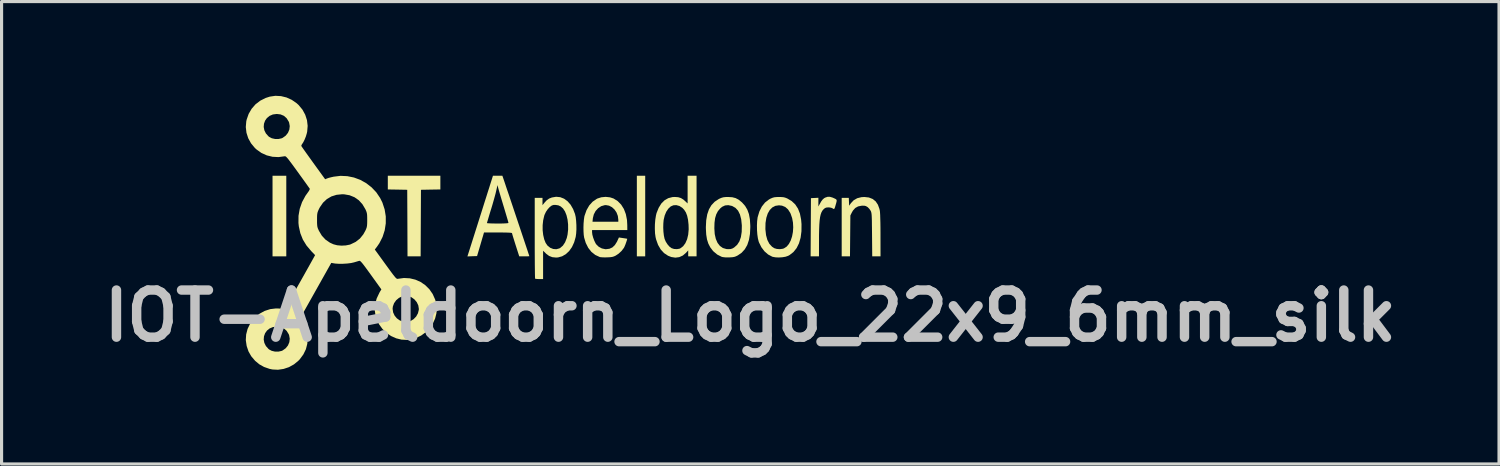
<source format=kicad_pcb>
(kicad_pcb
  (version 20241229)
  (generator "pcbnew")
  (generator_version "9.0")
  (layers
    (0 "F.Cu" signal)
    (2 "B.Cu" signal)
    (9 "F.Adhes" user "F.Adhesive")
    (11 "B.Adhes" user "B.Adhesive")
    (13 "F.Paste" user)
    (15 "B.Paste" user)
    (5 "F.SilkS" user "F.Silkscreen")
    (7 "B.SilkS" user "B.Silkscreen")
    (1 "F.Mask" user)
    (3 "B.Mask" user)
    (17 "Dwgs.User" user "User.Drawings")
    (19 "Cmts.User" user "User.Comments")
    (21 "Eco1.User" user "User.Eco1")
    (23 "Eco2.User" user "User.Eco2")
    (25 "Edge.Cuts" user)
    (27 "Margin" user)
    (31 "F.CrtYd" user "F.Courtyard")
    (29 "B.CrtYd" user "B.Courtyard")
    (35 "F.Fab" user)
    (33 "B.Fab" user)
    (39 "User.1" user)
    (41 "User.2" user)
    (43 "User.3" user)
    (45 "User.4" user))
  (footprint "IOT-Apeldoorn_Logo_22x9_6mm_silk"
    (layer "F.Cu")
    (at 14.486 4.465)
    (property "Reference" "IOT-Apeldoorn_Logo_22x9_6mm_silk" (at 6.35 2.54 0) (layer "Dwgs.User") (effects (font (size 1.5 1.5) (thickness 0.3))))
    (attr board_only exclude_from_pos_files exclude_from_bom)
    (fp_poly (pts (xy -8.422 -0.637) (xy -8.422 0.646) (xy -8.641 0.646) (xy -8.86 0.646) (xy -8.86 -0.637) (xy -8.86 -1.92) (xy -8.641 -1.92) (xy -8.422 -1.92)) (stroke (width 0) (type solid)) (fill yes) (layer "F.SilkS"))
    (fp_poly (pts (xy 3.004 -0.637) (xy 3.004 0.646) (xy 2.871 0.646) (xy 2.738 0.646) (xy 2.738 -0.637) (xy 2.738 -1.92) (xy 2.871 -1.92) (xy 3.004 -1.92)) (stroke (width 0) (type solid)) (fill yes) (layer "F.SilkS"))
    (fp_poly (pts (xy -3.517 -1.702) (xy -3.517 -1.484) (xy -3.826 -1.479) (xy -4.135 -1.473) (xy -4.14 -0.414) (xy -4.145 0.646) (xy -4.354 0.646) (xy -4.563 0.646) (xy -4.567 -0.414) (xy -4.572 -1.473) (xy -4.881 -1.479) (xy -5.19 -1.484) (xy -5.19 -1.702) (xy -5.19 -1.92) (xy -4.354 -1.92) (xy -3.517 -1.92)) (stroke (width 0) (type solid)) (fill yes) (layer "F.SilkS"))
    (fp_poly (pts (xy 8.969 -1.225) (xy 9.009 -1.207) (xy 9.055 -1.186) (xy 9.084 -1.168) (xy 9.098 -1.145) (xy 9.098 -1.111) (xy 9.086 -1.057) (xy 9.062 -0.975) (xy 9.057 -0.955) (xy 9.037 -0.894) (xy 9.021 -0.865) (xy 9.001 -0.862) (xy 8.97 -0.881) (xy 8.965 -0.885) (xy 8.923 -0.902) (xy 8.861 -0.912) (xy 8.835 -0.913) (xy 8.772 -0.908) (xy 8.727 -0.891) (xy 8.682 -0.852) (xy 8.679 -0.85) (xy 8.643 -0.807) (xy 8.614 -0.754) (xy 8.59 -0.687) (xy 8.571 -0.602) (xy 8.557 -0.497) (xy 8.547 -0.367) (xy 8.541 -0.209) (xy 8.537 -0.019) (xy 8.537 0.138) (xy 8.536 0.646) (xy 8.403 0.646) (xy 8.27 0.646) (xy 8.275 -0.28) (xy 8.28 -1.207) (xy 8.399 -1.213) (xy 8.517 -1.219) (xy 8.517 -1.08) (xy 8.517 -0.942) (xy 8.558 -1.017) (xy 8.608 -1.105) (xy 8.654 -1.165) (xy 8.7 -1.205) (xy 8.734 -1.224) (xy 8.809 -1.249) (xy 8.883 -1.25)) (stroke (width 0) (type solid)) (fill yes) (layer "F.SilkS"))
    (fp_poly (pts (xy 10.124 -1.228) (xy 10.244 -1.181) (xy 10.34 -1.105) (xy 10.412 -0.998) (xy 10.461 -0.863) (xy 10.475 -0.796) (xy 10.479 -0.748) (xy 10.484 -0.668) (xy 10.487 -0.56) (xy 10.491 -0.431) (xy 10.493 -0.285) (xy 10.494 -0.129) (xy 10.494 -0.014) (xy 10.495 0.646) (xy 10.363 0.646) (xy 10.231 0.646) (xy 10.225 -0.043) (xy 10.223 -0.224) (xy 10.221 -0.37) (xy 10.22 -0.487) (xy 10.217 -0.578) (xy 10.214 -0.648) (xy 10.21 -0.699) (xy 10.204 -0.738) (xy 10.197 -0.766) (xy 10.189 -0.789) (xy 10.179 -0.808) (xy 10.138 -0.868) (xy 10.087 -0.92) (xy 10.075 -0.928) (xy 10.03 -0.954) (xy 9.985 -0.966) (xy 9.923 -0.967) (xy 9.892 -0.966) (xy 9.781 -0.944) (xy 9.691 -0.894) (xy 9.617 -0.811) (xy 9.582 -0.75) (xy 9.535 -0.656) (xy 9.529 -0.005) (xy 9.523 0.646) (xy 9.391 0.646) (xy 9.259 0.646) (xy 9.259 -0.285) (xy 9.259 -1.217) (xy 9.372 -1.217) (xy 9.485 -1.217) (xy 9.491 -1.091) (xy 9.496 -0.966) (xy 9.556 -1.051) (xy 9.643 -1.142) (xy 9.754 -1.205) (xy 9.886 -1.238) (xy 9.981 -1.244)) (stroke (width 0) (type solid)) (fill yes) (layer "F.SilkS"))
    (fp_poly (pts (xy 4.639 -0.637) (xy 4.639 0.646) (xy 4.506 0.646) (xy 4.373 0.646) (xy 4.373 0.551) (xy 4.373 0.456) (xy 4.301 0.535) (xy 4.201 0.62) (xy 4.088 0.671) (xy 3.964 0.687) (xy 3.834 0.667) (xy 3.73 0.626) (xy 3.604 0.542) (xy 3.498 0.427) (xy 3.413 0.281) (xy 3.351 0.107) (xy 3.334 0.036) (xy 3.317 -0.083) (xy 3.311 -0.224) (xy 3.311 -0.27) (xy 3.578 -0.27) (xy 3.584 -0.138) (xy 3.598 -0.017) (xy 3.619 0.081) (xy 3.62 0.087) (xy 3.66 0.181) (xy 3.717 0.269) (xy 3.782 0.342) (xy 3.844 0.386) (xy 3.923 0.411) (xy 4.013 0.416) (xy 4.094 0.403) (xy 4.122 0.391) (xy 4.211 0.324) (xy 4.283 0.226) (xy 4.338 0.101) (xy 4.373 -0.047) (xy 4.388 -0.214) (xy 4.384 -0.361) (xy 4.367 -0.52) (xy 4.339 -0.648) (xy 4.299 -0.752) (xy 4.244 -0.837) (xy 4.186 -0.898) (xy 4.095 -0.957) (xy 3.994 -0.985) (xy 3.901 -0.98) (xy 3.816 -0.943) (xy 3.74 -0.872) (xy 3.674 -0.774) (xy 3.624 -0.653) (xy 3.591 -0.513) (xy 3.581 -0.4) (xy 3.578 -0.27) (xy 3.311 -0.27) (xy 3.313 -0.375) (xy 3.325 -0.522) (xy 3.346 -0.654) (xy 3.365 -0.732) (xy 3.433 -0.9) (xy 3.517 -1.036) (xy 3.619 -1.138) (xy 3.737 -1.206) (xy 3.871 -1.241) (xy 3.945 -1.245) (xy 4.053 -1.237) (xy 4.141 -1.21) (xy 4.223 -1.159) (xy 4.282 -1.106) (xy 4.354 -1.038) (xy 4.354 -1.479) (xy 4.354 -1.92) (xy 4.496 -1.92) (xy 4.639 -1.92)) (stroke (width 0) (type solid)) (fill yes) (layer "F.SilkS"))
    (fp_poly (pts (xy 7.353 -1.242) (xy 7.421 -1.234) (xy 7.481 -1.216) (xy 7.53 -1.195) (xy 7.668 -1.113) (xy 7.781 -1.006) (xy 7.868 -0.873) (xy 7.93 -0.713) (xy 7.967 -0.525) (xy 7.98 -0.38) (xy 7.978 -0.152) (xy 7.951 0.053) (xy 7.899 0.232) (xy 7.823 0.384) (xy 7.723 0.509) (xy 7.601 0.604) (xy 7.553 0.63) (xy 7.471 0.658) (xy 7.368 0.675) (xy 7.255 0.682) (xy 7.148 0.677) (xy 7.06 0.66) (xy 7.047 0.656) (xy 6.917 0.587) (xy 6.801 0.486) (xy 6.703 0.357) (xy 6.628 0.206) (xy 6.615 0.17) (xy 6.591 0.072) (xy 6.573 -0.053) (xy 6.563 -0.192) (xy 6.563 -0.233) (xy 6.83 -0.233) (xy 6.831 -0.209) (xy 6.851 -0.028) (xy 6.893 0.125) (xy 6.957 0.248) (xy 7.042 0.34) (xy 7.115 0.387) (xy 7.194 0.41) (xy 7.289 0.417) (xy 7.38 0.405) (xy 7.421 0.392) (xy 7.506 0.337) (xy 7.578 0.252) (xy 7.636 0.142) (xy 7.679 0.013) (xy 7.706 -0.129) (xy 7.716 -0.277) (xy 7.708 -0.428) (xy 7.681 -0.573) (xy 7.634 -0.709) (xy 7.619 -0.741) (xy 7.548 -0.851) (xy 7.462 -0.926) (xy 7.36 -0.968) (xy 7.261 -0.979) (xy 7.148 -0.962) (xy 7.05 -0.911) (xy 6.969 -0.829) (xy 6.905 -0.719) (xy 6.86 -0.581) (xy 6.834 -0.418) (xy 6.83 -0.233) (xy 6.563 -0.233) (xy 6.561 -0.335) (xy 6.567 -0.47) (xy 6.581 -0.587) (xy 6.585 -0.605) (xy 6.639 -0.785) (xy 6.717 -0.94) (xy 6.817 -1.066) (xy 6.94 -1.162) (xy 6.994 -1.192) (xy 7.057 -1.219) (xy 7.115 -1.235) (xy 7.182 -1.242) (xy 7.263 -1.244)) (stroke (width 0) (type solid)) (fill yes) (layer "F.SilkS"))
    (fp_poly (pts (xy 5.775 -1.236) (xy 5.881 -1.209) (xy 5.977 -1.159) (xy 6.075 -1.08) (xy 6.09 -1.066) (xy 6.184 -0.96) (xy 6.255 -0.84) (xy 6.306 -0.7) (xy 6.336 -0.536) (xy 6.349 -0.343) (xy 6.35 -0.289) (xy 6.339 -0.068) (xy 6.307 0.122) (xy 6.253 0.285) (xy 6.175 0.42) (xy 6.074 0.531) (xy 5.948 0.618) (xy 5.947 0.618) (xy 5.89 0.646) (xy 5.837 0.664) (xy 5.773 0.674) (xy 5.687 0.679) (xy 5.675 0.679) (xy 5.558 0.679) (xy 5.47 0.669) (xy 5.435 0.659) (xy 5.297 0.589) (xy 5.176 0.488) (xy 5.154 0.463) (xy 5.073 0.356) (xy 5.013 0.239) (xy 4.971 0.106) (xy 4.946 -0.049) (xy 4.936 -0.233) (xy 4.936 -0.248) (xy 5.205 -0.248) (xy 5.205 -0.247) (xy 5.217 -0.064) (xy 5.252 0.091) (xy 5.307 0.217) (xy 5.382 0.314) (xy 5.476 0.38) (xy 5.588 0.413) (xy 5.648 0.417) (xy 5.724 0.413) (xy 5.782 0.395) (xy 5.835 0.364) (xy 5.93 0.28) (xy 6.002 0.17) (xy 6.05 0.033) (xy 6.076 -0.133) (xy 6.08 -0.328) (xy 6.079 -0.349) (xy 6.06 -0.534) (xy 6.02 -0.687) (xy 5.96 -0.808) (xy 5.878 -0.897) (xy 5.776 -0.955) (xy 5.766 -0.959) (xy 5.649 -0.984) (xy 5.546 -0.975) (xy 5.452 -0.931) (xy 5.391 -0.879) (xy 5.318 -0.792) (xy 5.265 -0.69) (xy 5.229 -0.569) (xy 5.21 -0.424) (xy 5.205 -0.248) (xy 4.936 -0.248) (xy 4.935 -0.285) (xy 4.946 -0.503) (xy 4.979 -0.692) (xy 5.034 -0.852) (xy 5.113 -0.985) (xy 5.216 -1.093) (xy 5.344 -1.178) (xy 5.378 -1.195) (xy 5.442 -1.221) (xy 5.502 -1.236) (xy 5.574 -1.243) (xy 5.647 -1.244)) (stroke (width 0) (type solid)) (fill yes) (layer "F.SilkS"))
    (fp_poly (pts (xy 0.298 -1.238) (xy 0.42 -1.19) (xy 0.53 -1.11) (xy 0.628 -0.999) (xy 0.709 -0.859) (xy 0.769 -0.703) (xy 0.791 -0.607) (xy 0.805 -0.484) (xy 0.813 -0.348) (xy 0.814 -0.209) (xy 0.806 -0.079) (xy 0.791 0.029) (xy 0.742 0.2) (xy 0.672 0.351) (xy 0.583 0.477) (xy 0.477 0.576) (xy 0.359 0.644) (xy 0.23 0.68) (xy 0.166 0.684) (xy 0.047 0.672) (xy -0.055 0.633) (xy -0.15 0.562) (xy -0.166 0.546) (xy -0.247 0.467) (xy -0.247 0.918) (xy -0.247 1.369) (xy -0.368 1.369) (xy -0.432 1.367) (xy -0.481 1.362) (xy -0.501 1.356) (xy -0.503 1.336) (xy -0.505 1.28) (xy -0.507 1.193) (xy -0.508 1.077) (xy -0.51 0.935) (xy -0.511 0.772) (xy -0.512 0.589) (xy -0.513 0.39) (xy -0.513 0.178) (xy -0.513 0.063) (xy -0.513 -0.346) (xy -0.261 -0.346) (xy -0.261 -0.188) (xy -0.244 -0.036) (xy -0.212 0.102) (xy -0.166 0.218) (xy -0.108 0.302) (xy -0.022 0.372) (xy 0.074 0.411) (xy 0.174 0.419) (xy 0.27 0.393) (xy 0.297 0.379) (xy 0.384 0.304) (xy 0.454 0.197) (xy 0.507 0.062) (xy 0.532 -0.046) (xy 0.55 -0.207) (xy 0.549 -0.369) (xy 0.532 -0.524) (xy 0.498 -0.665) (xy 0.45 -0.784) (xy 0.389 -0.876) (xy 0.384 -0.881) (xy 0.315 -0.942) (xy 0.242 -0.977) (xy 0.154 -0.991) (xy 0.087 -0.991) (xy 0.029 -0.972) (xy -0.035 -0.924) (xy -0.098 -0.856) (xy -0.155 -0.773) (xy -0.198 -0.683) (xy -0.209 -0.653) (xy -0.244 -0.503) (xy -0.261 -0.346) (xy -0.513 -0.346) (xy -0.513 -1.217) (xy -0.39 -1.217) (xy -0.266 -1.217) (xy -0.266 -1.1) (xy -0.266 -0.983) (xy -0.21 -1.054) (xy -0.134 -1.137) (xy -0.056 -1.193) (xy 0.033 -1.228) (xy 0.168 -1.251)) (stroke (width 0) (type solid)) (fill yes) (layer "F.SilkS"))
    (fp_poly (pts (xy 1.883 -1.233) (xy 1.996 -1.196) (xy 2.128 -1.113) (xy 2.238 -1.001) (xy 2.325 -0.862) (xy 2.387 -0.699) (xy 2.424 -0.513) (xy 2.433 -0.347) (xy 2.434 -0.19) (xy 1.873 -0.19) (xy 1.312 -0.19) (xy 1.312 -0.126) (xy 1.321 -0.046) (xy 1.347 0.05) (xy 1.383 0.147) (xy 1.424 0.231) (xy 1.443 0.261) (xy 1.523 0.34) (xy 1.624 0.394) (xy 1.736 0.418) (xy 1.756 0.418) (xy 1.867 0.404) (xy 1.96 0.361) (xy 2.038 0.287) (xy 2.106 0.178) (xy 2.118 0.151) (xy 2.167 0.045) (xy 2.295 0.064) (xy 2.361 0.074) (xy 2.409 0.082) (xy 2.43 0.086) (xy 2.43 0.086) (xy 2.428 0.106) (xy 2.415 0.15) (xy 2.395 0.209) (xy 2.372 0.273) (xy 2.348 0.33) (xy 2.328 0.372) (xy 2.325 0.377) (xy 2.25 0.475) (xy 2.154 0.563) (xy 2.063 0.623) (xy 2.009 0.648) (xy 1.954 0.664) (xy 1.888 0.673) (xy 1.797 0.678) (xy 1.787 0.678) (xy 1.702 0.679) (xy 1.628 0.676) (xy 1.574 0.671) (xy 1.559 0.668) (xy 1.414 0.601) (xy 1.291 0.503) (xy 1.19 0.375) (xy 1.111 0.218) (xy 1.06 0.049) (xy 1.047 -0.037) (xy 1.04 -0.148) (xy 1.038 -0.274) (xy 1.042 -0.402) (xy 1.047 -0.456) (xy 1.326 -0.456) (xy 1.737 -0.456) (xy 2.148 -0.456) (xy 2.148 -0.519) (xy 2.133 -0.64) (xy 2.091 -0.75) (xy 2.027 -0.845) (xy 1.946 -0.919) (xy 1.853 -0.968) (xy 1.752 -0.986) (xy 1.711 -0.983) (xy 1.602 -0.951) (xy 1.505 -0.886) (xy 1.424 -0.797) (xy 1.367 -0.688) (xy 1.337 -0.566) (xy 1.337 -0.563) (xy 1.326 -0.456) (xy 1.047 -0.456) (xy 1.052 -0.52) (xy 1.066 -0.618) (xy 1.073 -0.646) (xy 1.136 -0.825) (xy 1.222 -0.974) (xy 1.33 -1.094) (xy 1.458 -1.182) (xy 1.483 -1.195) (xy 1.608 -1.235) (xy 1.746 -1.248)) (stroke (width 0) (type solid)) (fill yes) (layer "F.SilkS"))
    (fp_poly (pts (xy -1.502 -1.801) (xy -1.486 -1.754) (xy -1.46 -1.677) (xy -1.426 -1.574) (xy -1.384 -1.45) (xy -1.335 -1.307) (xy -1.282 -1.148) (xy -1.225 -0.979) (xy -1.166 -0.802) (xy -1.105 -0.62) (xy -1.044 -0.438) (xy -0.984 -0.259) (xy -0.926 -0.086) (xy -0.872 0.076) (xy -0.822 0.225) (xy -0.778 0.357) (xy -0.741 0.468) (xy -0.713 0.554) (xy -0.693 0.612) (xy -0.685 0.639) (xy -0.684 0.64) (xy -0.702 0.643) (xy -0.749 0.645) (xy -0.816 0.646) (xy -0.845 0.646) (xy -1.006 0.646) (xy -1.121 0.288) (xy -1.156 0.177) (xy -1.187 0.077) (xy -1.212 -0.004) (xy -1.229 -0.063) (xy -1.236 -0.091) (xy -1.236 -0.093) (xy -1.249 -0.1) (xy -1.289 -0.106) (xy -1.358 -0.11) (xy -1.46 -0.113) (xy -1.596 -0.114) (xy -1.682 -0.114) (xy -2.128 -0.114) (xy -2.165 0.014) (xy -2.186 0.083) (xy -2.213 0.176) (xy -2.244 0.282) (xy -2.275 0.387) (xy -2.276 0.39) (xy -2.349 0.637) (xy -2.503 0.642) (xy -2.656 0.648) (xy -2.335 -0.365) (xy -2.32 -0.413) (xy -2.034 -0.413) (xy -2.016 -0.409) (xy -1.966 -0.405) (xy -1.89 -0.402) (xy -1.794 -0.4) (xy -1.692 -0.399) (xy -1.557 -0.4) (xy -1.457 -0.403) (xy -1.392 -0.408) (xy -1.357 -0.414) (xy -1.35 -0.421) (xy -1.355 -0.444) (xy -1.37 -0.499) (xy -1.394 -0.58) (xy -1.424 -0.682) (xy -1.46 -0.802) (xy -1.499 -0.933) (xy -1.501 -0.939) (xy -1.542 -1.075) (xy -1.581 -1.204) (xy -1.615 -1.32) (xy -1.644 -1.417) (xy -1.664 -1.489) (xy -1.675 -1.529) (xy -1.698 -1.622) (xy -1.741 -1.434) (xy -1.759 -1.358) (xy -1.787 -1.254) (xy -1.821 -1.132) (xy -1.859 -0.999) (xy -1.899 -0.866) (xy -1.909 -0.836) (xy -1.945 -0.718) (xy -1.977 -0.611) (xy -2.003 -0.523) (xy -2.023 -0.457) (xy -2.033 -0.419) (xy -2.034 -0.413) (xy -2.32 -0.413) (xy -2.272 -0.564) (xy -2.21 -0.76) (xy -2.151 -0.948) (xy -2.095 -1.125) (xy -2.044 -1.285) (xy -2 -1.425) (xy -1.963 -1.539) (xy -1.937 -1.624) (xy -1.929 -1.649) (xy -1.843 -1.92) (xy -1.693 -1.92) (xy -1.543 -1.92)) (stroke (width 0) (type solid)) (fill yes) (layer "F.SilkS"))
    (fp_poly (pts (xy -8.59 -4.455) (xy -8.414 -4.412) (xy -8.247 -4.336) (xy -8.094 -4.23) (xy -8.03 -4.172) (xy -7.908 -4.025) (xy -7.819 -3.862) (xy -7.763 -3.688) (xy -7.742 -3.508) (xy -7.757 -3.325) (xy -7.769 -3.271) (xy -7.798 -3.173) (xy -7.837 -3.075) (xy -7.879 -2.99) (xy -7.919 -2.928) (xy -7.923 -2.924) (xy -7.942 -2.888) (xy -7.942 -2.866) (xy -7.929 -2.845) (xy -7.896 -2.797) (xy -7.846 -2.726) (xy -7.782 -2.636) (xy -7.706 -2.53) (xy -7.621 -2.412) (xy -7.559 -2.325) (xy -7.185 -1.809) (xy -7.124 -1.834) (xy -7.075 -1.851) (xy -7.004 -1.87) (xy -6.924 -1.888) (xy -6.916 -1.89) (xy -6.697 -1.917) (xy -6.48 -1.907) (xy -6.268 -1.864) (xy -6.066 -1.789) (xy -5.878 -1.684) (xy -5.708 -1.552) (xy -5.558 -1.394) (xy -5.435 -1.212) (xy -5.362 -1.065) (xy -5.291 -0.848) (xy -5.255 -0.626) (xy -5.255 -0.403) (xy -5.289 -0.184) (xy -5.357 0.028) (xy -5.459 0.228) (xy -5.531 0.333) (xy -5.604 0.429) (xy -5.262 0.901) (xy -5.165 1.034) (xy -5.088 1.139) (xy -5.028 1.22) (xy -4.981 1.279) (xy -4.947 1.32) (xy -4.921 1.345) (xy -4.901 1.358) (xy -4.885 1.363) (xy -4.87 1.361) (xy -4.87 1.361) (xy -4.677 1.335) (xy -4.49 1.345) (xy -4.311 1.388) (xy -4.145 1.462) (xy -3.996 1.565) (xy -3.866 1.694) (xy -3.761 1.847) (xy -3.683 2.022) (xy -3.66 2.1) (xy -3.634 2.278) (xy -3.642 2.454) (xy -3.684 2.624) (xy -3.756 2.784) (xy -3.855 2.931) (xy -3.98 3.059) (xy -4.127 3.166) (xy -4.295 3.246) (xy -4.401 3.279) (xy -4.578 3.306) (xy -4.754 3.297) (xy -4.924 3.255) (xy -5.085 3.183) (xy -5.231 3.084) (xy -5.36 2.959) (xy -5.466 2.812) (xy -5.547 2.645) (xy -5.58 2.539) (xy -5.606 2.359) (xy -5.604 2.315) (xy -5.038 2.315) (xy -5.021 2.43) (xy -4.974 2.532) (xy -4.903 2.618) (xy -4.813 2.683) (xy -4.711 2.724) (xy -4.602 2.736) (xy -4.491 2.716) (xy -4.472 2.708) (xy -4.371 2.647) (xy -4.288 2.562) (xy -4.231 2.459) (xy -4.204 2.349) (xy -4.202 2.319) (xy -4.22 2.206) (xy -4.27 2.102) (xy -4.345 2.014) (xy -4.439 1.947) (xy -4.547 1.909) (xy -4.62 1.901) (xy -4.732 1.919) (xy -4.835 1.968) (xy -4.924 2.043) (xy -4.991 2.137) (xy -5.03 2.244) (xy -5.038 2.315) (xy -5.604 2.315) (xy -5.595 2.176) (xy -5.546 1.991) (xy -5.459 1.805) (xy -5.437 1.766) (xy -5.395 1.698) (xy -5.725 1.239) (xy -5.823 1.104) (xy -5.901 0.997) (xy -5.962 0.916) (xy -6.009 0.857) (xy -6.044 0.819) (xy -6.069 0.796) (xy -6.086 0.788) (xy -6.093 0.788) (xy -6.13 0.797) (xy -6.19 0.815) (xy -6.261 0.836) (xy -6.264 0.837) (xy -6.361 0.859) (xy -6.482 0.874) (xy -6.614 0.882) (xy -6.746 0.883) (xy -6.863 0.875) (xy -6.903 0.869) (xy -6.99 0.854) (xy -7.489 1.742) (xy -7.988 2.629) (xy -7.949 2.679) (xy -7.89 2.766) (xy -7.835 2.876) (xy -7.789 2.993) (xy -7.769 3.062) (xy -7.742 3.245) (xy -7.753 3.427) (xy -7.798 3.603) (xy -7.879 3.769) (xy -7.993 3.923) (xy -8.035 3.967) (xy -8.177 4.084) (xy -8.337 4.173) (xy -8.509 4.23) (xy -8.686 4.256) (xy -8.863 4.247) (xy -8.955 4.228) (xy -9.13 4.167) (xy -9.28 4.083) (xy -9.415 3.971) (xy -9.418 3.967) (xy -9.538 3.826) (xy -9.625 3.673) (xy -9.684 3.498) (xy -9.684 3.497) (xy -9.711 3.314) (xy -9.71 3.295) (xy -9.141 3.295) (xy -9.121 3.4) (xy -9.071 3.501) (xy -8.989 3.593) (xy -8.969 3.61) (xy -8.885 3.654) (xy -8.782 3.678) (xy -8.674 3.679) (xy -8.573 3.657) (xy -8.539 3.642) (xy -8.442 3.573) (xy -8.369 3.483) (xy -8.325 3.378) (xy -8.312 3.267) (xy -8.332 3.156) (xy -8.344 3.126) (xy -8.411 3.017) (xy -8.498 2.94) (xy -8.606 2.895) (xy -8.726 2.882) (xy -8.85 2.898) (xy -8.954 2.942) (xy -9.037 3.009) (xy -9.097 3.094) (xy -9.132 3.191) (xy -9.141 3.295) (xy -9.71 3.295) (xy -9.7 3.132) (xy -9.654 2.956) (xy -9.574 2.79) (xy -9.46 2.636) (xy -9.418 2.592) (xy -9.273 2.472) (xy -9.11 2.383) (xy -8.934 2.326) (xy -8.752 2.304) (xy -8.669 2.306) (xy -8.597 2.311) (xy -8.537 2.317) (xy -8.502 2.322) (xy -8.5 2.322) (xy -8.485 2.309) (xy -8.454 2.266) (xy -8.406 2.192) (xy -8.343 2.087) (xy -8.262 1.951) (xy -8.165 1.782) (xy -8.051 1.582) (xy -7.92 1.35) (xy -7.771 1.084) (xy -7.64 0.85) (xy -7.505 0.607) (xy -7.628 0.479) (xy -7.779 0.3) (xy -7.895 0.111) (xy -7.975 -0.091) (xy -8.023 -0.308) (xy -8.035 -0.418) (xy -8.034 -0.513) (xy -7.443 -0.513) (xy -7.443 -0.416) (xy -7.439 -0.347) (xy -7.432 -0.294) (xy -7.418 -0.246) (xy -7.395 -0.194) (xy -7.384 -0.169) (xy -7.291 -0.013) (xy -7.174 0.113) (xy -7.032 0.211) (xy -6.92 0.262) (xy -6.802 0.293) (xy -6.666 0.305) (xy -6.528 0.298) (xy -6.402 0.273) (xy -6.374 0.263) (xy -6.214 0.186) (xy -6.08 0.081) (xy -5.971 -0.053) (xy -5.906 -0.169) (xy -5.88 -0.226) (xy -5.863 -0.274) (xy -5.853 -0.324) (xy -5.848 -0.385) (xy -5.846 -0.47) (xy -5.846 -0.513) (xy -5.847 -0.61) (xy -5.85 -0.68) (xy -5.858 -0.733) (xy -5.872 -0.78) (xy -5.894 -0.833) (xy -5.906 -0.858) (xy -5.999 -1.014) (xy -6.115 -1.141) (xy -6.251 -1.236) (xy -6.407 -1.299) (xy -6.579 -1.329) (xy -6.645 -1.331) (xy -6.823 -1.313) (xy -6.985 -1.262) (xy -7.129 -1.178) (xy -7.252 -1.063) (xy -7.353 -0.917) (xy -7.384 -0.858) (xy -7.41 -0.8) (xy -7.427 -0.752) (xy -7.437 -0.703) (xy -7.442 -0.641) (xy -7.443 -0.557) (xy -7.443 -0.513) (xy -8.034 -0.513) (xy -8.033 -0.645) (xy -7.994 -0.868) (xy -7.92 -1.081) (xy -7.812 -1.281) (xy -7.746 -1.374) (xy -7.702 -1.436) (xy -7.678 -1.483) (xy -7.675 -1.508) (xy -7.689 -1.528) (xy -7.723 -1.575) (xy -7.773 -1.646) (xy -7.838 -1.736) (xy -7.914 -1.842) (xy -7.999 -1.959) (xy -8.058 -2.041) (xy -8.159 -2.18) (xy -8.24 -2.291) (xy -8.305 -2.377) (xy -8.354 -2.442) (xy -8.392 -2.487) (xy -8.42 -2.517) (xy -8.441 -2.534) (xy -8.458 -2.54) (xy -8.472 -2.541) (xy -8.477 -2.54) (xy -8.67 -2.514) (xy -8.861 -2.524) (xy -9.044 -2.569) (xy -9.216 -2.647) (xy -9.371 -2.758) (xy -9.423 -2.806) (xy -9.545 -2.953) (xy -9.634 -3.115) (xy -9.69 -3.289) (xy -9.711 -3.469) (xy -9.711 -3.474) (xy -9.141 -3.474) (xy -9.121 -3.368) (xy -9.071 -3.267) (xy -8.989 -3.175) (xy -8.969 -3.159) (xy -8.885 -3.114) (xy -8.782 -3.091) (xy -8.674 -3.089) (xy -8.573 -3.111) (xy -8.539 -3.126) (xy -8.442 -3.195) (xy -8.369 -3.286) (xy -8.325 -3.39) (xy -8.312 -3.501) (xy -8.332 -3.612) (xy -8.344 -3.642) (xy -8.411 -3.751) (xy -8.498 -3.828) (xy -8.606 -3.873) (xy -8.726 -3.887) (xy -8.85 -3.871) (xy -8.954 -3.826) (xy -9.037 -3.759) (xy -9.097 -3.674) (xy -9.132 -3.577) (xy -9.141 -3.474) (xy -9.711 -3.474) (xy -9.696 -3.652) (xy -9.684 -3.706) (xy -9.62 -3.89) (xy -9.524 -4.054) (xy -9.401 -4.195) (xy -9.251 -4.31) (xy -9.078 -4.397) (xy -8.946 -4.439) (xy -8.769 -4.465)) (stroke (width 0) (type solid)) (fill yes) (layer "F.SilkS")))
  (gr_rect
    (start -3 -3)
    (end 44.671 11.721)
    (stroke (width 0.1) (type default))
    (fill no)
    (layer "Edge.Cuts")))
</source>
